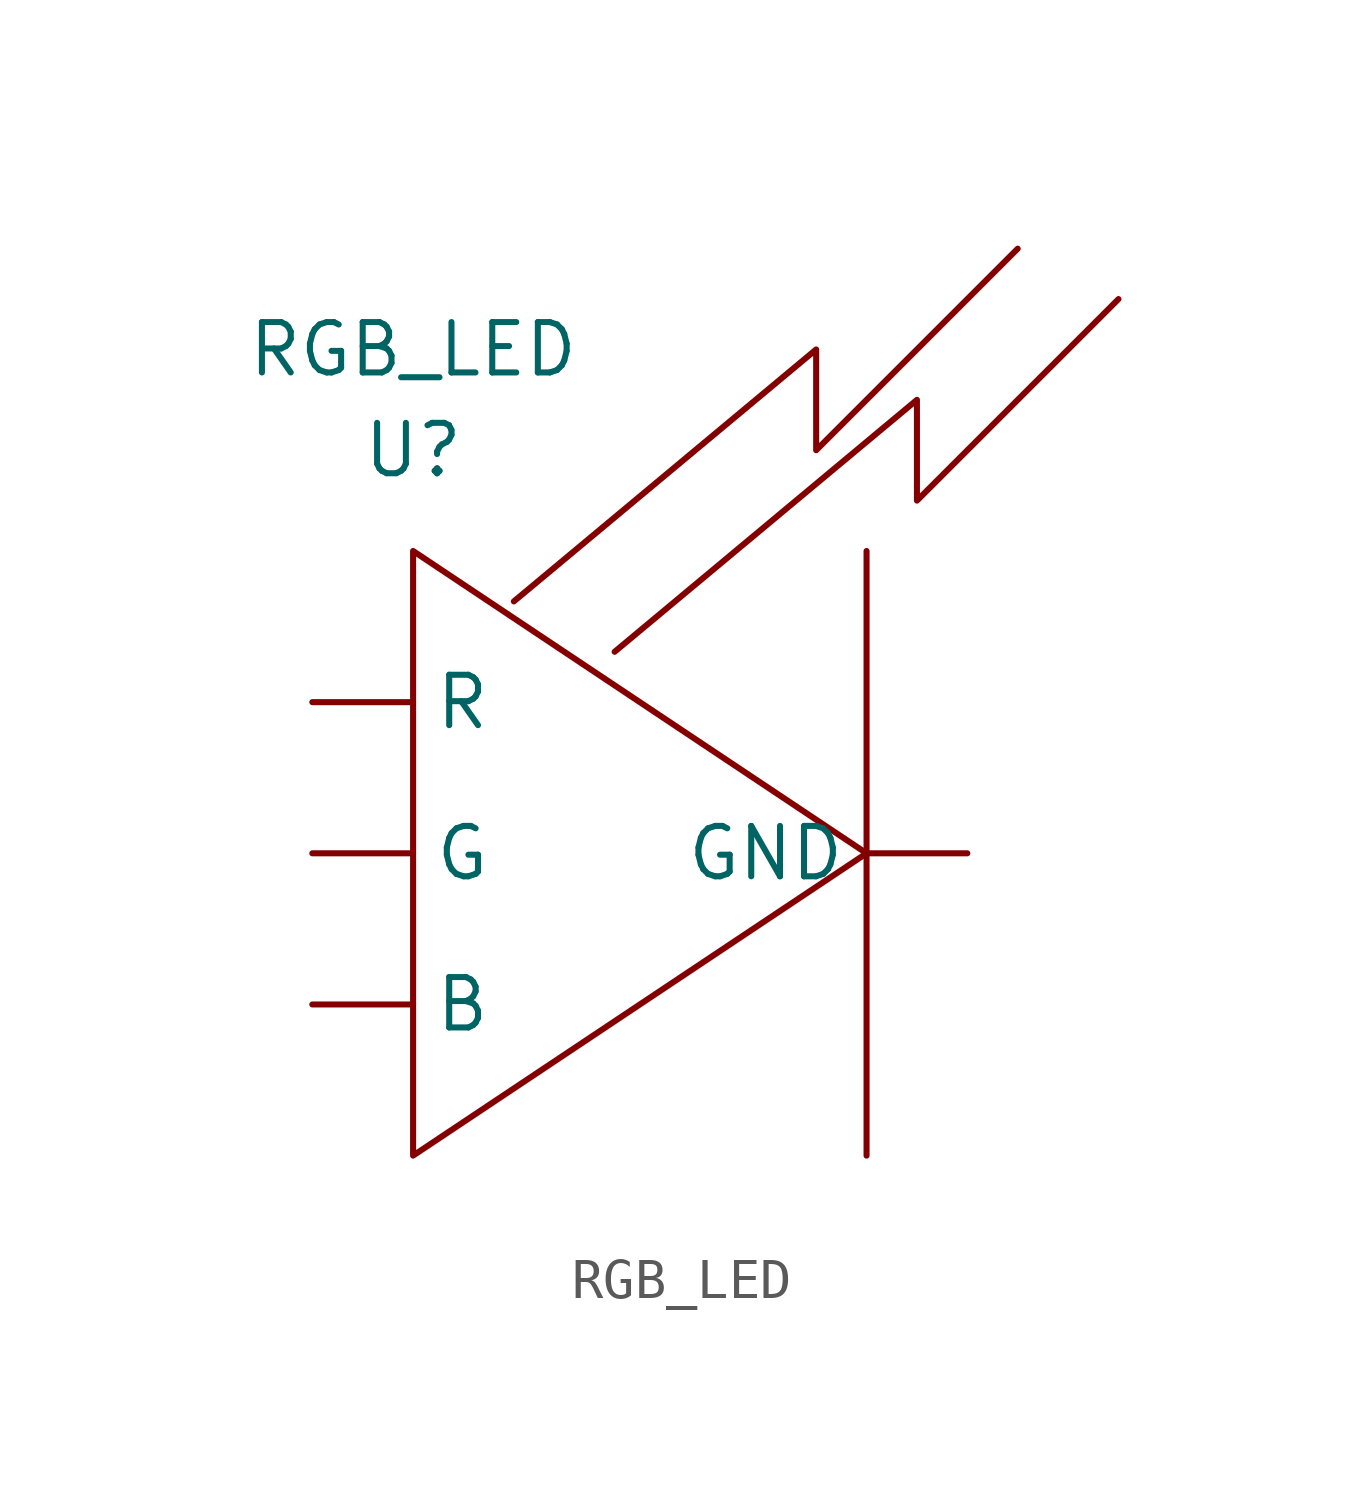
<source format=kicad_sym>
(kicad_symbol_lib
  (version 20211014)
  (generator kicad_symbol_editor)
  (symbol "RGB_LED"
    (property "Reference" "U"
      (at 0 0 0)
      (effects (font (size 1.27 1.27))))
    (property "Value" "RGB_LED"
      (at 0 2.54 0)
      (effects (font (size 1.27 1.27))))
    (symbol "RGB_LED_0_1"
      (polyline (pts (xy 11.43 -2.54) (xy 11.43 -17.78)) (stroke (width 0) (type default) (color 0 0 0 0)) (fill (type none)))
      (polyline (pts (xy 0 -2.54) (xy 0 -17.78) (xy 11.43 -10.16) (xy 0 -2.54)) (stroke (width 0) (type default) (color 0 0 0 0)) (fill (type none)))
      (polyline (pts (xy 2.54 -3.81) (xy 10.16 2.54) (xy 10.16 0) (xy 15.24 5.08)) (stroke (width 0) (type default) (color 0 0 0 0)) (fill (type none)))
      (polyline (pts (xy 5.08 -5.08) (xy 12.7 1.27) (xy 12.7 -1.27) (xy 17.78 3.81)) (stroke (width 0) (type default) (color 0 0 0 0)) (fill (type none))))
    (symbol "RGB_LED_1_1"
      (pin input line (at -2.54 -13.97 0) (length 2.54) (name "B" (effects (font (size 1.27 1.27)))) (number "" (effects (font (size 1.27 1.27)))))
      (pin input line (at -2.54 -10.16 0) (length 2.54) (name "G" (effects (font (size 1.27 1.27)))) (number "" (effects (font (size 1.27 1.27)))))
      (pin output line (at 13.97 -10.16 180) (length 2.54) (name "GND" (effects (font (size 1.27 1.27)))) (number "" (effects (font (size 1.27 1.27)))))
      (pin input line (at -2.54 -6.35 0) (length 2.54) (name "R" (effects (font (size 1.27 1.27)))) (number "" (effects (font (size 1.27 1.27))))))))
</source>
